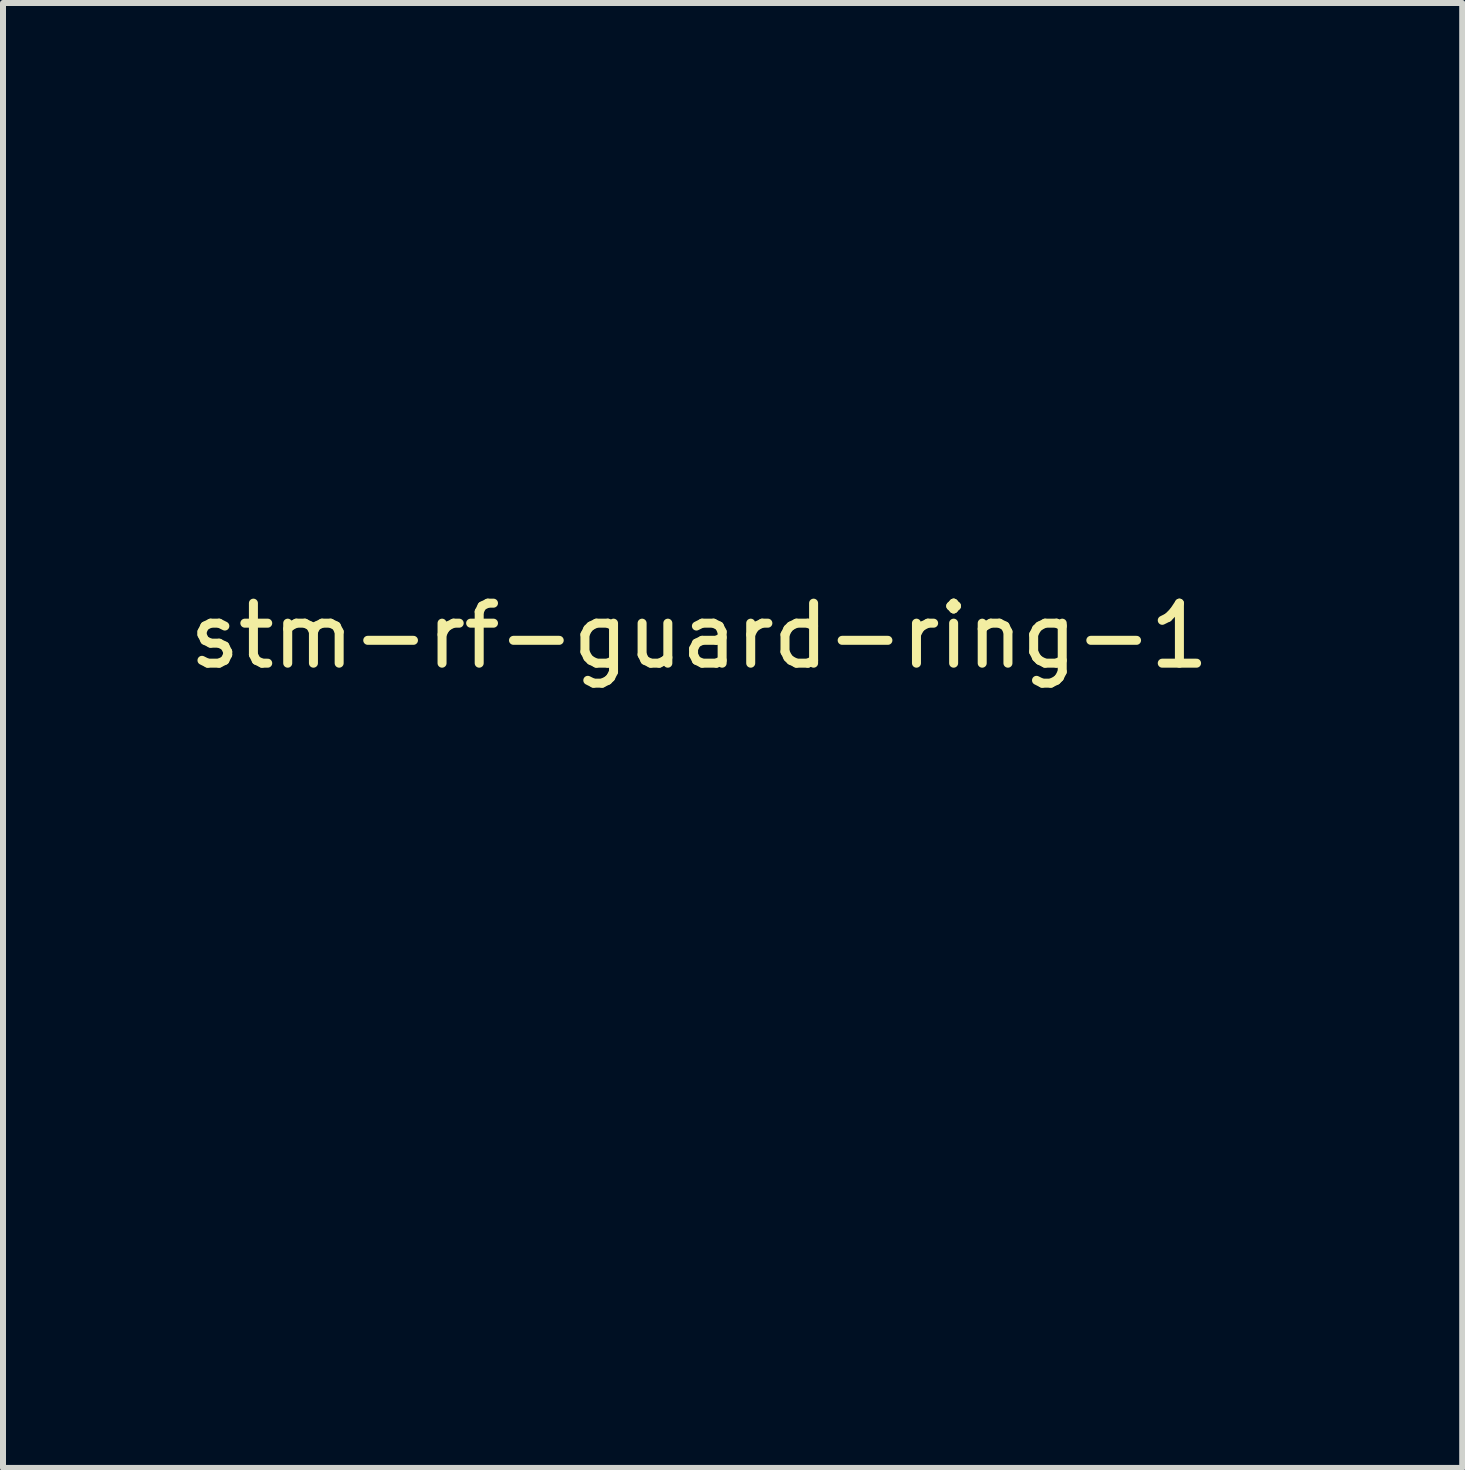
<source format=kicad_pcb>
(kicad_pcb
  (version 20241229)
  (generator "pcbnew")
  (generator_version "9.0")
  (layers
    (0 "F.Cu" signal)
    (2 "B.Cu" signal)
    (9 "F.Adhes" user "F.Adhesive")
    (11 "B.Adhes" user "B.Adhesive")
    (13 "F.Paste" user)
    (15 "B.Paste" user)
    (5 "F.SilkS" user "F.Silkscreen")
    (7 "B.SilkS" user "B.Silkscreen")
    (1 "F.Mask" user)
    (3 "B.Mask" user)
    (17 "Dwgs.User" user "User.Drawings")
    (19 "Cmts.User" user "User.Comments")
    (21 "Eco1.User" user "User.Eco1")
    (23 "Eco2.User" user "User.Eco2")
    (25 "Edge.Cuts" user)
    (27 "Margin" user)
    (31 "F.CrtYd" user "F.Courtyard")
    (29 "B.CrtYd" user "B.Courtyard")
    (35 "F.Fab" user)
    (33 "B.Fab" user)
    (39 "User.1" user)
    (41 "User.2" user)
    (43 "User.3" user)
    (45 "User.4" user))
  (footprint "stm-rf-guard-ring-1"
    (layer "F.Cu")
    (at 9.363 8.823)
    (property "Reference" "stm-rf-guard-ring-1" (at -0.762 -1.278 0) (layer "F.SilkS") (effects (font (size 1 1) (thickness 0.15))))
    (attr through_hole)
    (fp_line (start -1.016 -8.763) (end 6.35 -8.763) (stroke (width 0.12) (type solid)) (layer "F.Mask"))
    (fp_line (start -1.016 -1.905) (end -1.016 -8.763) (stroke (width 0.12) (type solid)) (layer "F.Mask"))
    (fp_line (start -1.016 -1.905) (end -0.127 -1.905) (stroke (width 0.12) (type solid)) (layer "F.Mask"))
    (fp_line (start -1.016 1.524) (end -1.016 9.525) (stroke (width 0.12) (type solid)) (layer "F.Mask"))
    (fp_line (start -1.016 1.524) (end -0.127 1.524) (stroke (width 0.12) (type solid)) (layer "F.Mask"))
    (fp_line (start -1.016 9.525) (end 6.35 9.525) (stroke (width 0.12) (type solid)) (layer "F.Mask"))
    (fp_line (start -0.127 -8.001) (end 5.588 -8.001) (stroke (width 0.12) (type solid)) (layer "F.Mask"))
    (fp_line (start -0.127 -1.905) (end -0.127 -8.001) (stroke (width 0.12) (type solid)) (layer "F.Mask"))
    (fp_line (start -0.127 1.524) (end -0.127 8.763) (stroke (width 0.12) (type solid)) (layer "F.Mask"))
    (fp_line (start -0.127 8.763) (end 5.588 8.763) (stroke (width 0.12) (type solid)) (layer "F.Mask"))
    (fp_line (start 8.128 -5.461) (end 8.128 -3.937) (stroke (width 0.12) (type solid)) (layer "F.Mask"))
    (fp_line (start 8.128 -3.937) (end 8.89 -3.937) (stroke (width 0.12) (type solid)) (layer "F.Mask"))
    (fp_line (start 8.128 4.191) (end 8.128 6.223) (stroke (width 0.12) (type solid)) (layer "F.Mask"))
    (fp_line (start 8.89 -6.223) (end 8.89 -3.937) (stroke (width 0.12) (type solid)) (layer "F.Mask"))
    (fp_line (start 8.89 4.191) (end 8.128 4.191) (stroke (width 0.12) (type solid)) (layer "F.Mask"))
    (fp_line (start 8.89 6.985) (end 8.89 4.191) (stroke (width 0.12) (type solid)) (layer "F.Mask"))
    (fp_arc (start 5.588 -8.001) (mid 7.384051 -7.257051) (end 8.128 -5.461) (stroke (width 0.12) (type solid)) (layer "F.Mask"))
    (fp_arc (start 6.35 -8.763) (mid 8.146051 -8.019051) (end 8.89 -6.223) (stroke (width 0.12) (type solid)) (layer "F.Mask"))
    (fp_arc (start 6.35 -8.763) (mid 8.146051 -8.019051) (end 8.89 -6.223) (stroke (width 0.12) (type solid)) (layer "F.Mask"))
    (fp_arc (start 8.128 6.223) (mid 7.384051 8.019051) (end 5.588 8.763) (stroke (width 0.12) (type solid)) (layer "F.Mask"))
    (fp_arc (start 8.89 6.985) (mid 8.146051 8.781051) (end 6.35 9.525) (stroke (width 0.12) (type solid)) (layer "F.Mask"))
    (fp_poly (pts (xy -0.127 8.763) (xy 6.096 8.763) (xy 7.112 8.255) (xy 7.366 8.001) (xy 7.874 7.366) (xy 8.128 6.477) (xy 8.128 4.191) (xy 8.89 4.191) (xy 8.89 7.366) (xy 8.763 7.874) (xy 8.255 8.763) (xy 7.493 9.271) (xy 6.477 9.525) (xy -1.016 9.525) (xy -1.016 1.524) (xy -0.127 1.524)) (stroke (width 0.1) (type solid)) (fill yes) (layer "F.Mask"))
    (fp_poly (pts (xy 7.493 -8.509) (xy 8.128 -8.001) (xy 8.636 -7.366) (xy 8.89 -6.604) (xy 8.89 -3.937) (xy 8.128 -3.937) (xy 8.128 -5.715) (xy 8.001 -6.35) (xy 7.62 -6.985) (xy 6.985 -7.62) (xy 6.477 -7.874) (xy 6.096 -8.001) (xy -0.127 -8.001) (xy -0.127 -1.905) (xy -1.016 -1.905) (xy -1.016 -8.763) (xy 6.604 -8.763)) (stroke (width 0.1) (type solid)) (fill yes) (layer "F.Mask")))
  (gr_rect
    (start -3 -3)
    (end 21.313 21.408)
    (stroke (width 0.1) (type default))
    (fill no)
    (layer "Edge.Cuts")))
</source>
